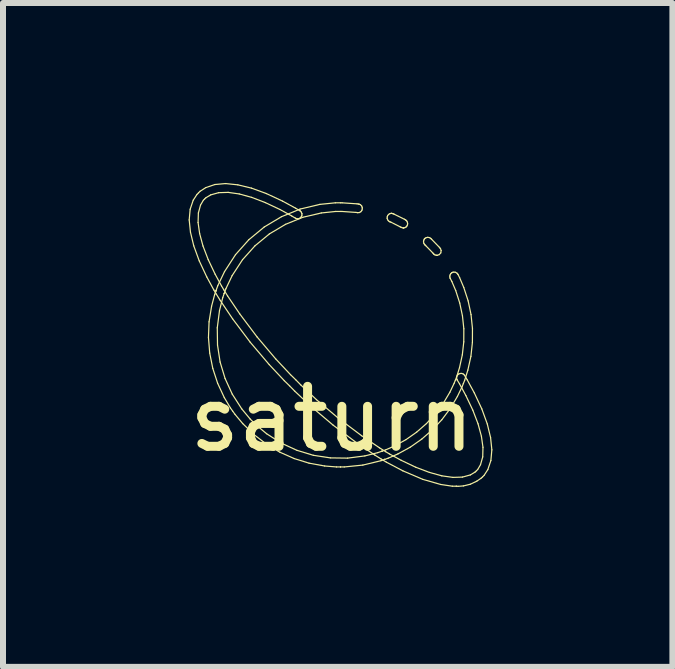
<source format=kicad_pcb>
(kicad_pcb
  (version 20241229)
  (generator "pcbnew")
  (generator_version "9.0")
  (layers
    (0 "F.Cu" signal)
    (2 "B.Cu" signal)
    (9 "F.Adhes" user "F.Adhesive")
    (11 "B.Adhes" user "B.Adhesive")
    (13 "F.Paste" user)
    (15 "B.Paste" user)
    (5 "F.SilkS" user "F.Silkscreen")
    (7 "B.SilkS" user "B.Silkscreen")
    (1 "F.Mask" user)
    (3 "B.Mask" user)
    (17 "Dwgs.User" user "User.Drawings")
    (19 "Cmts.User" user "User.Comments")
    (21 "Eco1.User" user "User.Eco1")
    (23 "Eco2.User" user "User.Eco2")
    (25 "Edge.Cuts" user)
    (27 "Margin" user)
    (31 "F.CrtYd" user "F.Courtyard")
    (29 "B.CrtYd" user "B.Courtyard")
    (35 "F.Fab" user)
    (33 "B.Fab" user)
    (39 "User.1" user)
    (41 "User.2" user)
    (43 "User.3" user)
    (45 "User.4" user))
  (footprint "saturn"
    (layer "F.Cu")
    (at 2.462 2.205)
    (property "Reference" "saturn" (at 0.02 1.73 0) (layer "F.SilkS") (effects (font (size 1 1) (thickness 0.15))))
    (attr through_hole)
    (fp_line (start -2.358 -1.589) (end -2.342 -1.767) (stroke (width 0.02) (type solid)) (layer "F.SilkS"))
    (fp_line (start -2.342 -1.767) (end -2.291 -1.918) (stroke (width 0.02) (type solid)) (layer "F.SilkS"))
    (fp_line (start -2.337 -1.385) (end -2.358 -1.589) (stroke (width 0.02) (type solid)) (layer "F.SilkS"))
    (fp_line (start -2.291 -1.918) (end -2.229 -2.013) (stroke (width 0.02) (type solid)) (layer "F.SilkS"))
    (fp_line (start -2.282 -1.157) (end -2.337 -1.385) (stroke (width 0.02) (type solid)) (layer "F.SilkS"))
    (fp_line (start -2.229 -2.013) (end -2.203 -2.04) (stroke (width 0.02) (type solid)) (layer "F.SilkS"))
    (fp_line (start -2.21 -1.546) (end -2.184 -1.361) (stroke (width 0.02) (type solid)) (layer "F.SilkS"))
    (fp_line (start -2.205 -1.705) (end -2.21 -1.546) (stroke (width 0.02) (type solid)) (layer "F.SilkS"))
    (fp_line (start -2.203 -2.04) (end -2.177 -2.066) (stroke (width 0.02) (type solid)) (layer "F.SilkS"))
    (fp_line (start -2.191 -0.907) (end -2.282 -1.157) (stroke (width 0.02) (type solid)) (layer "F.SilkS"))
    (fp_line (start -2.184 -1.361) (end -2.128 -1.154) (stroke (width 0.02) (type solid)) (layer "F.SilkS"))
    (fp_line (start -2.177 -2.066) (end -2.081 -2.128) (stroke (width 0.02) (type solid)) (layer "F.SilkS"))
    (fp_line (start -2.169 -1.837) (end -2.205 -1.705) (stroke (width 0.02) (type solid)) (layer "F.SilkS"))
    (fp_line (start -2.128 -1.154) (end -2.041 -0.927) (stroke (width 0.02) (type solid)) (layer "F.SilkS"))
    (fp_line (start -2.122 -1.917) (end -2.169 -1.837) (stroke (width 0.02) (type solid)) (layer "F.SilkS"))
    (fp_line (start -2.101 -1.938) (end -2.122 -1.917) (stroke (width 0.02) (type solid)) (layer "F.SilkS"))
    (fp_line (start -2.081 -2.128) (end -1.93 -2.179) (stroke (width 0.02) (type solid)) (layer "F.SilkS"))
    (fp_line (start -2.079 -1.959) (end -2.101 -1.938) (stroke (width 0.02) (type solid)) (layer "F.SilkS"))
    (fp_line (start -2.065 -0.638) (end -2.191 -0.907) (stroke (width 0.02) (type solid)) (layer "F.SilkS"))
    (fp_line (start -2.041 -0.927) (end -1.925 -0.683) (stroke (width 0.02) (type solid)) (layer "F.SilkS"))
    (fp_line (start -2.037 0.371) (end -2.027 0.11) (stroke (width 0.02) (type solid)) (layer "F.SilkS"))
    (fp_line (start -2.027 0.11) (end -1.985 -0.15) (stroke (width 0.02) (type solid)) (layer "F.SilkS"))
    (fp_line (start -2.016 0.631) (end -2.037 0.371) (stroke (width 0.02) (type solid)) (layer "F.SilkS"))
    (fp_line (start -2 -2.006) (end -2.079 -1.959) (stroke (width 0.02) (type solid)) (layer "F.SilkS"))
    (fp_line (start -1.985 -0.15) (end -1.934 -0.343) (stroke (width 0.02) (type solid)) (layer "F.SilkS"))
    (fp_line (start -1.965 0.886) (end -2.016 0.631) (stroke (width 0.02) (type solid)) (layer "F.SilkS"))
    (fp_line (start -1.947 -0.421) (end -2.065 -0.638) (stroke (width 0.02) (type solid)) (layer "F.SilkS"))
    (fp_line (start -1.934 -0.343) (end -1.912 -0.405) (stroke (width 0.02) (type solid)) (layer "F.SilkS"))
    (fp_line (start -1.93 -2.179) (end -1.752 -2.195) (stroke (width 0.02) (type solid)) (layer "F.SilkS"))
    (fp_line (start -1.925 -0.683) (end -1.819 -0.488) (stroke (width 0.02) (type solid)) (layer "F.SilkS"))
    (fp_line (start -1.912 -0.405) (end -1.912 -0.406) (stroke (width 0.02) (type solid)) (layer "F.SilkS"))
    (fp_line (start -1.912 -0.406) (end -1.911 -0.41) (stroke (width 0.02) (type solid)) (layer "F.SilkS"))
    (fp_line (start -1.911 -0.41) (end -1.911 -0.411) (stroke (width 0.02) (type solid)) (layer "F.SilkS"))
    (fp_line (start -1.911 -0.411) (end -1.882 -0.492) (stroke (width 0.02) (type solid)) (layer "F.SilkS"))
    (fp_line (start -1.905 -0.35) (end -1.947 -0.421) (stroke (width 0.02) (type solid)) (layer "F.SilkS"))
    (fp_line (start -1.89 0.21) (end -1.886 0.497) (stroke (width 0.02) (type solid)) (layer "F.SilkS"))
    (fp_line (start -1.886 0.497) (end -1.843 0.78) (stroke (width 0.02) (type solid)) (layer "F.SilkS"))
    (fp_line (start -1.884 1.134) (end -1.965 0.886) (stroke (width 0.02) (type solid)) (layer "F.SilkS"))
    (fp_line (start -1.882 -0.492) (end -1.77 -0.726) (stroke (width 0.02) (type solid)) (layer "F.SilkS"))
    (fp_line (start -1.868 -2.043) (end -2 -2.006) (stroke (width 0.02) (type solid)) (layer "F.SilkS"))
    (fp_line (start -1.853 -0.078) (end -1.89 0.21) (stroke (width 0.02) (type solid)) (layer "F.SilkS"))
    (fp_line (start -1.843 0.78) (end -1.76 1.054) (stroke (width 0.02) (type solid)) (layer "F.SilkS"))
    (fp_line (start -1.84 -0.246) (end -1.905 -0.35) (stroke (width 0.02) (type solid)) (layer "F.SilkS"))
    (fp_line (start -1.819 -0.488) (end -1.781 -0.424) (stroke (width 0.02) (type solid)) (layer "F.SilkS"))
    (fp_line (start -1.799 -0.293) (end -1.853 -0.078) (stroke (width 0.02) (type solid)) (layer "F.SilkS"))
    (fp_line (start -1.781 -0.424) (end -1.718 -0.322) (stroke (width 0.02) (type solid)) (layer "F.SilkS"))
    (fp_line (start -1.775 -0.362) (end -1.799 -0.293) (stroke (width 0.02) (type solid)) (layer "F.SilkS"))
    (fp_line (start -1.775 -0.362) (end -1.775 -0.362) (stroke (width 0.02) (type solid)) (layer "F.SilkS"))
    (fp_line (start -1.773 -0.367) (end -1.775 -0.362) (stroke (width 0.02) (type solid)) (layer "F.SilkS"))
    (fp_line (start -1.773 -0.367) (end -1.773 -0.367) (stroke (width 0.02) (type solid)) (layer "F.SilkS"))
    (fp_line (start -1.773 1.373) (end -1.884 1.134) (stroke (width 0.02) (type solid)) (layer "F.SilkS"))
    (fp_line (start -1.77 -0.726) (end -1.586 -1.01) (stroke (width 0.02) (type solid)) (layer "F.SilkS"))
    (fp_line (start -1.76 1.054) (end -1.64 1.316) (stroke (width 0.02) (type solid)) (layer "F.SilkS"))
    (fp_line (start -1.752 -2.195) (end -1.548 -2.174) (stroke (width 0.02) (type solid)) (layer "F.SilkS"))
    (fp_line (start -1.746 -0.443) (end -1.773 -0.367) (stroke (width 0.02) (type solid)) (layer "F.SilkS"))
    (fp_line (start -1.718 -0.322) (end -1.516 -0.023) (stroke (width 0.02) (type solid)) (layer "F.SilkS"))
    (fp_line (start -1.709 -2.048) (end -1.868 -2.043) (stroke (width 0.02) (type solid)) (layer "F.SilkS"))
    (fp_line (start -1.671 1.545) (end -1.773 1.373) (stroke (width 0.02) (type solid)) (layer "F.SilkS"))
    (fp_line (start -1.642 -0.661) (end -1.746 -0.443) (stroke (width 0.02) (type solid)) (layer "F.SilkS"))
    (fp_line (start -1.64 1.316) (end -1.483 1.56) (stroke (width 0.02) (type solid)) (layer "F.SilkS"))
    (fp_line (start -1.635 0.059) (end -1.84 -0.246) (stroke (width 0.02) (type solid)) (layer "F.SilkS"))
    (fp_line (start -1.633 1.599) (end -1.671 1.545) (stroke (width 0.02) (type solid)) (layer "F.SilkS"))
    (fp_line (start -1.594 1.653) (end -1.633 1.599) (stroke (width 0.02) (type solid)) (layer "F.SilkS"))
    (fp_line (start -1.586 -1.01) (end -1.363 -1.26) (stroke (width 0.02) (type solid)) (layer "F.SilkS"))
    (fp_line (start -1.548 -2.174) (end -1.32 -2.119) (stroke (width 0.02) (type solid)) (layer "F.SilkS"))
    (fp_line (start -1.524 -2.022) (end -1.709 -2.048) (stroke (width 0.02) (type solid)) (layer "F.SilkS"))
    (fp_line (start -1.516 -0.023) (end -1.227 0.361) (stroke (width 0.02) (type solid)) (layer "F.SilkS"))
    (fp_line (start -1.483 1.56) (end -1.342 1.73) (stroke (width 0.02) (type solid)) (layer "F.SilkS"))
    (fp_line (start -1.469 -0.926) (end -1.642 -0.661) (stroke (width 0.02) (type solid)) (layer "F.SilkS"))
    (fp_line (start -1.466 1.806) (end -1.594 1.653) (stroke (width 0.02) (type solid)) (layer "F.SilkS"))
    (fp_line (start -1.363 -1.26) (end -1.106 -1.472) (stroke (width 0.02) (type solid)) (layer "F.SilkS"))
    (fp_line (start -1.342 1.73) (end -1.29 1.782) (stroke (width 0.02) (type solid)) (layer "F.SilkS"))
    (fp_line (start -1.341 0.45) (end -1.635 0.059) (stroke (width 0.02) (type solid)) (layer "F.SilkS"))
    (fp_line (start -1.32 -2.119) (end -1.071 -2.028) (stroke (width 0.02) (type solid)) (layer "F.SilkS"))
    (fp_line (start -1.317 -1.965) (end -1.524 -2.022) (stroke (width 0.02) (type solid)) (layer "F.SilkS"))
    (fp_line (start -1.29 1.782) (end -1.238 1.834) (stroke (width 0.02) (type solid)) (layer "F.SilkS"))
    (fp_line (start -1.278 1.99) (end -1.466 1.806) (stroke (width 0.02) (type solid)) (layer "F.SilkS"))
    (fp_line (start -1.261 -1.158) (end -1.469 -0.926) (stroke (width 0.02) (type solid)) (layer "F.SilkS"))
    (fp_line (start -1.238 1.834) (end -1.068 1.975) (stroke (width 0.02) (type solid)) (layer "F.SilkS"))
    (fp_line (start -1.227 0.361) (end -0.916 0.728) (stroke (width 0.02) (type solid)) (layer "F.SilkS"))
    (fp_line (start -1.106 -1.472) (end -0.819 -1.643) (stroke (width 0.02) (type solid)) (layer "F.SilkS"))
    (fp_line (start -1.09 -1.878) (end -1.317 -1.965) (stroke (width 0.02) (type solid)) (layer "F.SilkS"))
    (fp_line (start -1.071 2.149) (end -1.278 1.99) (stroke (width 0.02) (type solid)) (layer "F.SilkS"))
    (fp_line (start -1.071 -2.028) (end -0.801 -1.902) (stroke (width 0.02) (type solid)) (layer "F.SilkS"))
    (fp_line (start -1.068 1.975) (end -0.824 2.132) (stroke (width 0.02) (type solid)) (layer "F.SilkS"))
    (fp_line (start -1.024 0.823) (end -1.341 0.45) (stroke (width 0.02) (type solid)) (layer "F.SilkS"))
    (fp_line (start -1.021 -1.356) (end -1.261 -1.158) (stroke (width 0.02) (type solid)) (layer "F.SilkS"))
    (fp_line (start -0.916 0.728) (end -0.669 0.991) (stroke (width 0.02) (type solid)) (layer "F.SilkS"))
    (fp_line (start -0.847 2.283) (end -1.071 2.149) (stroke (width 0.02) (type solid)) (layer "F.SilkS"))
    (fp_line (start -0.846 -1.763) (end -1.09 -1.878) (stroke (width 0.02) (type solid)) (layer "F.SilkS"))
    (fp_line (start -0.824 2.132) (end -0.562 2.252) (stroke (width 0.02) (type solid)) (layer "F.SilkS"))
    (fp_line (start -0.819 -1.643) (end -0.509 -1.77) (stroke (width 0.02) (type solid)) (layer "F.SilkS"))
    (fp_line (start -0.801 -1.902) (end -0.584 -1.784) (stroke (width 0.02) (type solid)) (layer "F.SilkS"))
    (fp_line (start -0.773 1.091) (end -1.024 0.823) (stroke (width 0.02) (type solid)) (layer "F.SilkS"))
    (fp_line (start -0.753 -1.515) (end -1.021 -1.356) (stroke (width 0.02) (type solid)) (layer "F.SilkS"))
    (fp_line (start -0.685 1.177) (end -0.773 1.091) (stroke (width 0.02) (type solid)) (layer "F.SilkS"))
    (fp_line (start -0.669 0.991) (end -0.583 1.075) (stroke (width 0.02) (type solid)) (layer "F.SilkS"))
    (fp_line (start -0.651 -1.656) (end -0.846 -1.763) (stroke (width 0.02) (type solid)) (layer "F.SilkS"))
    (fp_line (start -0.609 2.389) (end -0.847 2.283) (stroke (width 0.02) (type solid)) (layer "F.SilkS"))
    (fp_line (start -0.599 1.265) (end -0.685 1.177) (stroke (width 0.02) (type solid)) (layer "F.SilkS"))
    (fp_line (start -0.587 -1.618) (end -0.651 -1.656) (stroke (width 0.02) (type solid)) (layer "F.SilkS"))
    (fp_line (start -0.584 -1.784) (end -0.513 -1.742) (stroke (width 0.02) (type solid)) (layer "F.SilkS"))
    (fp_line (start -0.583 1.075) (end -0.499 1.161) (stroke (width 0.02) (type solid)) (layer "F.SilkS"))
    (fp_line (start -0.58 -1.614) (end -0.587 -1.618) (stroke (width 0.02) (type solid)) (layer "F.SilkS"))
    (fp_line (start -0.562 2.252) (end -0.288 2.335) (stroke (width 0.02) (type solid)) (layer "F.SilkS"))
    (fp_line (start -0.557 -1.608) (end -0.58 -1.614) (stroke (width 0.02) (type solid)) (layer "F.SilkS"))
    (fp_line (start -0.529 -1.61) (end -0.557 -1.608) (stroke (width 0.02) (type solid)) (layer "F.SilkS"))
    (fp_line (start -0.513 -1.742) (end -0.506 -1.738) (stroke (width 0.02) (type solid)) (layer "F.SilkS"))
    (fp_line (start -0.509 -1.77) (end -0.18 -1.848) (stroke (width 0.02) (type solid)) (layer "F.SilkS"))
    (fp_line (start -0.506 -1.738) (end -0.49 -1.72) (stroke (width 0.02) (type solid)) (layer "F.SilkS"))
    (fp_line (start -0.506 -1.623) (end -0.529 -1.61) (stroke (width 0.02) (type solid)) (layer "F.SilkS"))
    (fp_line (start -0.499 1.161) (end -0.236 1.408) (stroke (width 0.02) (type solid)) (layer "F.SilkS"))
    (fp_line (start -0.49 -1.72) (end -0.479 -1.695) (stroke (width 0.02) (type solid)) (layer "F.SilkS"))
    (fp_line (start -0.489 -1.643) (end -0.506 -1.623) (stroke (width 0.02) (type solid)) (layer "F.SilkS"))
    (fp_line (start -0.479 -1.668) (end -0.489 -1.643) (stroke (width 0.02) (type solid)) (layer "F.SilkS"))
    (fp_line (start -0.479 -1.695) (end -0.479 -1.668) (stroke (width 0.02) (type solid)) (layer "F.SilkS"))
    (fp_line (start -0.464 -1.633) (end -0.753 -1.515) (stroke (width 0.02) (type solid)) (layer "F.SilkS"))
    (fp_line (start -0.36 2.466) (end -0.609 2.389) (stroke (width 0.02) (type solid)) (layer "F.SilkS"))
    (fp_line (start -0.332 1.516) (end -0.599 1.265) (stroke (width 0.02) (type solid)) (layer "F.SilkS"))
    (fp_line (start -0.288 2.335) (end -0.005 2.378) (stroke (width 0.02) (type solid)) (layer "F.SilkS"))
    (fp_line (start -0.236 1.408) (end 0.131 1.719) (stroke (width 0.02) (type solid)) (layer "F.SilkS"))
    (fp_line (start -0.18 -1.848) (end 0.078 -1.874) (stroke (width 0.02) (type solid)) (layer "F.SilkS"))
    (fp_line (start -0.156 -1.705) (end -0.464 -1.633) (stroke (width 0.02) (type solid)) (layer "F.SilkS"))
    (fp_line (start -0.101 2.513) (end -0.36 2.466) (stroke (width 0.02) (type solid)) (layer "F.SilkS"))
    (fp_line (start -0.005 2.378) (end 0.282 2.382) (stroke (width 0.02) (type solid)) (layer "F.SilkS"))
    (fp_line (start 0.042 1.833) (end -0.332 1.516) (stroke (width 0.02) (type solid)) (layer "F.SilkS"))
    (fp_line (start 0.078 -1.874) (end 0.164 -1.874) (stroke (width 0.02) (type solid)) (layer "F.SilkS"))
    (fp_line (start 0.084 -1.73) (end -0.156 -1.705) (stroke (width 0.02) (type solid)) (layer "F.SilkS"))
    (fp_line (start 0.098 2.529) (end -0.101 2.513) (stroke (width 0.02) (type solid)) (layer "F.SilkS"))
    (fp_line (start 0.131 1.719) (end 0.515 2.008) (stroke (width 0.02) (type solid)) (layer "F.SilkS"))
    (fp_line (start 0.164 -1.874) (end 0.19 -1.874) (stroke (width 0.02) (type solid)) (layer "F.SilkS"))
    (fp_line (start 0.164 -1.73) (end 0.084 -1.73) (stroke (width 0.02) (type solid)) (layer "F.SilkS"))
    (fp_line (start 0.164 2.529) (end 0.098 2.529) (stroke (width 0.02) (type solid)) (layer "F.SilkS"))
    (fp_line (start 0.164 2.529) (end 0.164 2.529) (stroke (width 0.02) (type solid)) (layer "F.SilkS"))
    (fp_line (start 0.188 -1.73) (end 0.164 -1.73) (stroke (width 0.02) (type solid)) (layer "F.SilkS"))
    (fp_line (start 0.19 -1.874) (end 0.441 -1.857) (stroke (width 0.02) (type solid)) (layer "F.SilkS"))
    (fp_line (start 0.227 2.529) (end 0.164 2.529) (stroke (width 0.02) (type solid)) (layer "F.SilkS"))
    (fp_line (start 0.282 2.382) (end 0.57 2.345) (stroke (width 0.02) (type solid)) (layer "F.SilkS"))
    (fp_line (start 0.422 -1.714) (end 0.188 -1.73) (stroke (width 0.02) (type solid)) (layer "F.SilkS"))
    (fp_line (start 0.433 2.127) (end 0.042 1.833) (stroke (width 0.02) (type solid)) (layer "F.SilkS"))
    (fp_line (start 0.441 -1.857) (end 0.466 -1.853) (stroke (width 0.02) (type solid)) (layer "F.SilkS"))
    (fp_line (start 0.446 -1.711) (end 0.422 -1.714) (stroke (width 0.02) (type solid)) (layer "F.SilkS"))
    (fp_line (start 0.453 -1.71) (end 0.446 -1.711) (stroke (width 0.02) (type solid)) (layer "F.SilkS"))
    (fp_line (start 0.466 -1.853) (end 0.474 -1.852) (stroke (width 0.02) (type solid)) (layer "F.SilkS"))
    (fp_line (start 0.474 -1.852) (end 0.496 -1.843) (stroke (width 0.02) (type solid)) (layer "F.SilkS"))
    (fp_line (start 0.478 -1.712) (end 0.453 -1.71) (stroke (width 0.02) (type solid)) (layer "F.SilkS"))
    (fp_line (start 0.496 -1.843) (end 0.516 -1.823) (stroke (width 0.02) (type solid)) (layer "F.SilkS"))
    (fp_line (start 0.502 -1.725) (end 0.478 -1.712) (stroke (width 0.02) (type solid)) (layer "F.SilkS"))
    (fp_line (start 0.515 2.008) (end 0.814 2.21) (stroke (width 0.02) (type solid)) (layer "F.SilkS"))
    (fp_line (start 0.516 -1.823) (end 0.526 -1.799) (stroke (width 0.02) (type solid)) (layer "F.SilkS"))
    (fp_line (start 0.519 -1.746) (end 0.502 -1.725) (stroke (width 0.02) (type solid)) (layer "F.SilkS"))
    (fp_line (start 0.526 -1.799) (end 0.527 -1.772) (stroke (width 0.02) (type solid)) (layer "F.SilkS"))
    (fp_line (start 0.527 -1.772) (end 0.519 -1.746) (stroke (width 0.02) (type solid)) (layer "F.SilkS"))
    (fp_line (start 0.536 2.498) (end 0.227 2.529) (stroke (width 0.02) (type solid)) (layer "F.SilkS"))
    (fp_line (start 0.57 2.345) (end 0.785 2.291) (stroke (width 0.02) (type solid)) (layer "F.SilkS"))
    (fp_line (start 0.738 2.332) (end 0.433 2.127) (stroke (width 0.02) (type solid)) (layer "F.SilkS"))
    (fp_line (start 0.785 2.291) (end 0.854 2.267) (stroke (width 0.02) (type solid)) (layer "F.SilkS"))
    (fp_line (start 0.814 2.21) (end 0.916 2.274) (stroke (width 0.02) (type solid)) (layer "F.SilkS"))
    (fp_line (start 0.838 2.425) (end 0.536 2.498) (stroke (width 0.02) (type solid)) (layer "F.SilkS"))
    (fp_line (start 0.842 2.397) (end 0.738 2.332) (stroke (width 0.02) (type solid)) (layer "F.SilkS"))
    (fp_line (start 0.854 2.267) (end 0.854 2.267) (stroke (width 0.02) (type solid)) (layer "F.SilkS"))
    (fp_line (start 0.854 2.267) (end 0.859 2.265) (stroke (width 0.02) (type solid)) (layer "F.SilkS"))
    (fp_line (start 0.859 2.265) (end 0.859 2.265) (stroke (width 0.02) (type solid)) (layer "F.SilkS"))
    (fp_line (start 0.859 2.265) (end 0.911 2.247) (stroke (width 0.02) (type solid)) (layer "F.SilkS"))
    (fp_line (start 0.897 2.404) (end 0.838 2.425) (stroke (width 0.02) (type solid)) (layer "F.SilkS"))
    (fp_line (start 0.898 2.404) (end 0.897 2.404) (stroke (width 0.02) (type solid)) (layer "F.SilkS"))
    (fp_line (start 0.902 2.403) (end 0.898 2.404) (stroke (width 0.02) (type solid)) (layer "F.SilkS"))
    (fp_line (start 0.903 2.403) (end 0.902 2.403) (stroke (width 0.02) (type solid)) (layer "F.SilkS"))
    (fp_line (start 0.911 2.247) (end 1.063 2.18) (stroke (width 0.02) (type solid)) (layer "F.SilkS"))
    (fp_line (start 0.916 2.274) (end 0.98 2.312) (stroke (width 0.02) (type solid)) (layer "F.SilkS"))
    (fp_line (start 0.93 2.45) (end 0.842 2.397) (stroke (width 0.02) (type solid)) (layer "F.SilkS"))
    (fp_line (start 0.942 -1.615) (end 0.943 -1.639) (stroke (width 0.02) (type solid)) (layer "F.SilkS"))
    (fp_line (start 0.943 -1.639) (end 0.95 -1.661) (stroke (width 0.02) (type solid)) (layer "F.SilkS"))
    (fp_line (start 0.949 -1.592) (end 0.942 -1.615) (stroke (width 0.02) (type solid)) (layer "F.SilkS"))
    (fp_line (start 0.95 -1.661) (end 0.965 -1.68) (stroke (width 0.02) (type solid)) (layer "F.SilkS"))
    (fp_line (start 0.959 2.383) (end 0.903 2.403) (stroke (width 0.02) (type solid)) (layer "F.SilkS"))
    (fp_line (start 0.964 -1.573) (end 0.949 -1.592) (stroke (width 0.02) (type solid)) (layer "F.SilkS"))
    (fp_line (start 0.965 -1.68) (end 0.986 -1.693) (stroke (width 0.02) (type solid)) (layer "F.SilkS"))
    (fp_line (start 0.98 2.312) (end 1.175 2.418) (stroke (width 0.02) (type solid)) (layer "F.SilkS"))
    (fp_line (start 0.981 -1.561) (end 0.964 -1.573) (stroke (width 0.02) (type solid)) (layer "F.SilkS"))
    (fp_line (start 0.986 -1.693) (end 1.006 -1.698) (stroke (width 0.02) (type solid)) (layer "F.SilkS"))
    (fp_line (start 0.987 -1.558) (end 0.981 -1.561) (stroke (width 0.02) (type solid)) (layer "F.SilkS"))
    (fp_line (start 1.003 -1.552) (end 0.987 -1.558) (stroke (width 0.02) (type solid)) (layer "F.SilkS"))
    (fp_line (start 1.006 -1.698) (end 1.013 -1.698) (stroke (width 0.02) (type solid)) (layer "F.SilkS"))
    (fp_line (start 1.013 -1.698) (end 1.013 -1.698) (stroke (width 0.02) (type solid)) (layer "F.SilkS"))
    (fp_line (start 1.013 -1.698) (end 1.02 -1.698) (stroke (width 0.02) (type solid)) (layer "F.SilkS"))
    (fp_line (start 1.02 -1.698) (end 1.039 -1.693) (stroke (width 0.02) (type solid)) (layer "F.SilkS"))
    (fp_line (start 1.039 -1.693) (end 1.042 -1.692) (stroke (width 0.02) (type solid)) (layer "F.SilkS"))
    (fp_line (start 1.042 -1.692) (end 1.059 -1.684) (stroke (width 0.02) (type solid)) (layer "F.SilkS"))
    (fp_line (start 1.059 -1.684) (end 1.23 -1.6) (stroke (width 0.02) (type solid)) (layer "F.SilkS"))
    (fp_line (start 1.063 2.18) (end 1.255 2.074) (stroke (width 0.02) (type solid)) (layer "F.SilkS"))
    (fp_line (start 1.121 2.312) (end 0.959 2.383) (stroke (width 0.02) (type solid)) (layer "F.SilkS"))
    (fp_line (start 1.16 -1.473) (end 1.003 -1.552) (stroke (width 0.02) (type solid)) (layer "F.SilkS"))
    (fp_line (start 1.175 2.418) (end 1.419 2.534) (stroke (width 0.02) (type solid)) (layer "F.SilkS"))
    (fp_line (start 1.176 -1.465) (end 1.16 -1.473) (stroke (width 0.02) (type solid)) (layer "F.SilkS"))
    (fp_line (start 1.178 -1.463) (end 1.176 -1.465) (stroke (width 0.02) (type solid)) (layer "F.SilkS"))
    (fp_line (start 1.204 2.594) (end 0.93 2.45) (stroke (width 0.02) (type solid)) (layer "F.SilkS"))
    (fp_line (start 1.208 -1.456) (end 1.178 -1.463) (stroke (width 0.02) (type solid)) (layer "F.SilkS"))
    (fp_line (start 1.211 -1.455) (end 1.208 -1.456) (stroke (width 0.02) (type solid)) (layer "F.SilkS"))
    (fp_line (start 1.211 -1.455) (end 1.211 -1.455) (stroke (width 0.02) (type solid)) (layer "F.SilkS"))
    (fp_line (start 1.217 -1.455) (end 1.211 -1.455) (stroke (width 0.02) (type solid)) (layer "F.SilkS"))
    (fp_line (start 1.23 -1.6) (end 1.246 -1.59) (stroke (width 0.02) (type solid)) (layer "F.SilkS"))
    (fp_line (start 1.236 -1.46) (end 1.217 -1.455) (stroke (width 0.02) (type solid)) (layer "F.SilkS"))
    (fp_line (start 1.246 -1.59) (end 1.252 -1.587) (stroke (width 0.02) (type solid)) (layer "F.SilkS"))
    (fp_line (start 1.252 -1.587) (end 1.266 -1.574) (stroke (width 0.02) (type solid)) (layer "F.SilkS"))
    (fp_line (start 1.255 2.074) (end 1.433 1.949) (stroke (width 0.02) (type solid)) (layer "F.SilkS"))
    (fp_line (start 1.257 -1.471) (end 1.236 -1.46) (stroke (width 0.02) (type solid)) (layer "F.SilkS"))
    (fp_line (start 1.266 -1.574) (end 1.278 -1.554) (stroke (width 0.02) (type solid)) (layer "F.SilkS"))
    (fp_line (start 1.272 -1.489) (end 1.257 -1.471) (stroke (width 0.02) (type solid)) (layer "F.SilkS"))
    (fp_line (start 1.278 -1.554) (end 1.283 -1.532) (stroke (width 0.02) (type solid)) (layer "F.SilkS"))
    (fp_line (start 1.281 -1.509) (end 1.272 -1.489) (stroke (width 0.02) (type solid)) (layer "F.SilkS"))
    (fp_line (start 1.283 -1.532) (end 1.281 -1.509) (stroke (width 0.02) (type solid)) (layer "F.SilkS"))
    (fp_line (start 1.327 2.199) (end 1.121 2.312) (stroke (width 0.02) (type solid)) (layer "F.SilkS"))
    (fp_line (start 1.419 2.534) (end 1.646 2.62) (stroke (width 0.02) (type solid)) (layer "F.SilkS"))
    (fp_line (start 1.433 1.949) (end 1.597 1.806) (stroke (width 0.02) (type solid)) (layer "F.SilkS"))
    (fp_line (start 1.518 2.065) (end 1.327 2.199) (stroke (width 0.02) (type solid)) (layer "F.SilkS"))
    (fp_line (start 1.536 2.736) (end 1.204 2.594) (stroke (width 0.02) (type solid)) (layer "F.SilkS"))
    (fp_line (start 1.548 -1.223) (end 1.552 -1.251) (stroke (width 0.02) (type solid)) (layer "F.SilkS"))
    (fp_line (start 1.552 -1.251) (end 1.562 -1.27) (stroke (width 0.02) (type solid)) (layer "F.SilkS"))
    (fp_line (start 1.555 -1.195) (end 1.548 -1.223) (stroke (width 0.02) (type solid)) (layer "F.SilkS"))
    (fp_line (start 1.562 -1.27) (end 1.567 -1.276) (stroke (width 0.02) (type solid)) (layer "F.SilkS"))
    (fp_line (start 1.567 -1.276) (end 1.572 -1.281) (stroke (width 0.02) (type solid)) (layer "F.SilkS"))
    (fp_line (start 1.567 -1.177) (end 1.555 -1.195) (stroke (width 0.02) (type solid)) (layer "F.SilkS"))
    (fp_line (start 1.572 -1.281) (end 1.591 -1.293) (stroke (width 0.02) (type solid)) (layer "F.SilkS"))
    (fp_line (start 1.573 -1.172) (end 1.567 -1.177) (stroke (width 0.02) (type solid)) (layer "F.SilkS"))
    (fp_line (start 1.585 -1.16) (end 1.573 -1.172) (stroke (width 0.02) (type solid)) (layer "F.SilkS"))
    (fp_line (start 1.591 -1.293) (end 1.619 -1.299) (stroke (width 0.02) (type solid)) (layer "F.SilkS"))
    (fp_line (start 1.597 1.806) (end 1.744 1.647) (stroke (width 0.02) (type solid)) (layer "F.SilkS"))
    (fp_line (start 1.619 -1.299) (end 1.646 -1.294) (stroke (width 0.02) (type solid)) (layer "F.SilkS"))
    (fp_line (start 1.646 -1.294) (end 1.666 -1.283) (stroke (width 0.02) (type solid)) (layer "F.SilkS"))
    (fp_line (start 1.646 2.62) (end 1.853 2.677) (stroke (width 0.02) (type solid)) (layer "F.SilkS"))
    (fp_line (start 1.666 -1.283) (end 1.671 -1.278) (stroke (width 0.02) (type solid)) (layer "F.SilkS"))
    (fp_line (start 1.671 -1.278) (end 1.684 -1.265) (stroke (width 0.02) (type solid)) (layer "F.SilkS"))
    (fp_line (start 1.684 -1.265) (end 1.813 -1.132) (stroke (width 0.02) (type solid)) (layer "F.SilkS"))
    (fp_line (start 1.694 1.912) (end 1.518 2.065) (stroke (width 0.02) (type solid)) (layer "F.SilkS"))
    (fp_line (start 1.704 -1.037) (end 1.585 -1.16) (stroke (width 0.02) (type solid)) (layer "F.SilkS"))
    (fp_line (start 1.715 -1.024) (end 1.704 -1.037) (stroke (width 0.02) (type solid)) (layer "F.SilkS"))
    (fp_line (start 1.719 -1.02) (end 1.715 -1.024) (stroke (width 0.02) (type solid)) (layer "F.SilkS"))
    (fp_line (start 1.74 -1.005) (end 1.719 -1.02) (stroke (width 0.02) (type solid)) (layer "F.SilkS"))
    (fp_line (start 1.744 1.647) (end 1.875 1.472) (stroke (width 0.02) (type solid)) (layer "F.SilkS"))
    (fp_line (start 1.763 -0.999) (end 1.74 -1.005) (stroke (width 0.02) (type solid)) (layer "F.SilkS"))
    (fp_line (start 1.77 -0.999) (end 1.763 -0.999) (stroke (width 0.02) (type solid)) (layer "F.SilkS"))
    (fp_line (start 1.77 -0.999) (end 1.77 -0.999) (stroke (width 0.02) (type solid)) (layer "F.SilkS"))
    (fp_line (start 1.78 -0.999) (end 1.77 -0.999) (stroke (width 0.02) (type solid)) (layer "F.SilkS"))
    (fp_line (start 1.81 -1.011) (end 1.78 -0.999) (stroke (width 0.02) (type solid)) (layer "F.SilkS"))
    (fp_line (start 1.813 -1.132) (end 1.825 -1.117) (stroke (width 0.02) (type solid)) (layer "F.SilkS"))
    (fp_line (start 1.825 -1.117) (end 1.831 -1.11) (stroke (width 0.02) (type solid)) (layer "F.SilkS"))
    (fp_line (start 1.831 -1.11) (end 1.842 -1.079) (stroke (width 0.02) (type solid)) (layer "F.SilkS"))
    (fp_line (start 1.834 2.821) (end 1.536 2.736) (stroke (width 0.02) (type solid)) (layer "F.SilkS"))
    (fp_line (start 1.836 -1.04) (end 1.81 -1.011) (stroke (width 0.02) (type solid)) (layer "F.SilkS"))
    (fp_line (start 1.842 -1.079) (end 1.836 -1.04) (stroke (width 0.02) (type solid)) (layer "F.SilkS"))
    (fp_line (start 1.853 1.742) (end 1.694 1.912) (stroke (width 0.02) (type solid)) (layer "F.SilkS"))
    (fp_line (start 1.853 2.677) (end 2.038 2.703) (stroke (width 0.02) (type solid)) (layer "F.SilkS"))
    (fp_line (start 1.875 1.472) (end 1.987 1.284) (stroke (width 0.02) (type solid)) (layer "F.SilkS"))
    (fp_line (start 1.986 -0.64) (end 1.989 -0.668) (stroke (width 0.02) (type solid)) (layer "F.SilkS"))
    (fp_line (start 1.987 1.284) (end 2.058 1.135) (stroke (width 0.02) (type solid)) (layer "F.SilkS"))
    (fp_line (start 1.989 -0.668) (end 2.002 -0.693) (stroke (width 0.02) (type solid)) (layer "F.SilkS"))
    (fp_line (start 1.991 -0.619) (end 1.986 -0.64) (stroke (width 0.02) (type solid)) (layer "F.SilkS"))
    (fp_line (start 1.993 1.556) (end 1.853 1.742) (stroke (width 0.02) (type solid)) (layer "F.SilkS"))
    (fp_line (start 1.995 -0.612) (end 1.991 -0.619) (stroke (width 0.02) (type solid)) (layer "F.SilkS"))
    (fp_line (start 2.002 -0.693) (end 2.018 -0.708) (stroke (width 0.02) (type solid)) (layer "F.SilkS"))
    (fp_line (start 2.018 -0.708) (end 2.024 -0.711) (stroke (width 0.02) (type solid)) (layer "F.SilkS"))
    (fp_line (start 2.02 -0.563) (end 1.995 -0.612) (stroke (width 0.02) (type solid)) (layer "F.SilkS"))
    (fp_line (start 2.024 -0.711) (end 2.031 -0.715) (stroke (width 0.02) (type solid)) (layer "F.SilkS"))
    (fp_line (start 2.029 2.85) (end 1.834 2.821) (stroke (width 0.02) (type solid)) (layer "F.SilkS"))
    (fp_line (start 2.031 -0.715) (end 2.053 -0.719) (stroke (width 0.02) (type solid)) (layer "F.SilkS"))
    (fp_line (start 2.038 2.703) (end 2.197 2.698) (stroke (width 0.02) (type solid)) (layer "F.SilkS"))
    (fp_line (start 2.053 -0.719) (end 2.08 -0.716) (stroke (width 0.02) (type solid)) (layer "F.SilkS"))
    (fp_line (start 2.058 1.135) (end 2.079 1.083) (stroke (width 0.02) (type solid)) (layer "F.SilkS"))
    (fp_line (start 2.079 1.083) (end 2.099 1.032) (stroke (width 0.02) (type solid)) (layer "F.SilkS"))
    (fp_line (start 2.08 -0.716) (end 2.105 -0.702) (stroke (width 0.02) (type solid)) (layer "F.SilkS"))
    (fp_line (start 2.085 -0.411) (end 2.02 -0.563) (stroke (width 0.02) (type solid)) (layer "F.SilkS"))
    (fp_line (start 2.094 2.85) (end 2.029 2.85) (stroke (width 0.02) (type solid)) (layer "F.SilkS"))
    (fp_line (start 2.094 2.85) (end 2.094 2.85) (stroke (width 0.02) (type solid)) (layer "F.SilkS"))
    (fp_line (start 2.099 1.032) (end 2.148 0.874) (stroke (width 0.02) (type solid)) (layer "F.SilkS"))
    (fp_line (start 2.099 1.049) (end 2.101 1.022) (stroke (width 0.02) (type solid)) (layer "F.SilkS"))
    (fp_line (start 2.101 1.022) (end 2.114 0.998) (stroke (width 0.02) (type solid)) (layer "F.SilkS"))
    (fp_line (start 2.105 -0.702) (end 2.119 -0.685) (stroke (width 0.02) (type solid)) (layer "F.SilkS"))
    (fp_line (start 2.106 1.073) (end 2.099 1.049) (stroke (width 0.02) (type solid)) (layer "F.SilkS"))
    (fp_line (start 2.11 1.08) (end 2.106 1.073) (stroke (width 0.02) (type solid)) (layer "F.SilkS"))
    (fp_line (start 2.113 1.354) (end 1.993 1.556) (stroke (width 0.02) (type solid)) (layer "F.SilkS"))
    (fp_line (start 2.114 0.998) (end 2.134 0.98) (stroke (width 0.02) (type solid)) (layer "F.SilkS"))
    (fp_line (start 2.119 -0.685) (end 2.123 -0.679) (stroke (width 0.02) (type solid)) (layer "F.SilkS"))
    (fp_line (start 2.123 -0.679) (end 2.15 -0.626) (stroke (width 0.02) (type solid)) (layer "F.SilkS"))
    (fp_line (start 2.124 2.852) (end 2.094 2.85) (stroke (width 0.02) (type solid)) (layer "F.SilkS"))
    (fp_line (start 2.134 0.98) (end 2.16 0.971) (stroke (width 0.02) (type solid)) (layer "F.SilkS"))
    (fp_line (start 2.148 1.143) (end 2.11 1.08) (stroke (width 0.02) (type solid)) (layer "F.SilkS"))
    (fp_line (start 2.148 0.874) (end 2.195 0.66) (stroke (width 0.02) (type solid)) (layer "F.SilkS"))
    (fp_line (start 2.15 -0.626) (end 2.219 -0.463) (stroke (width 0.02) (type solid)) (layer "F.SilkS"))
    (fp_line (start 2.152 -0.203) (end 2.085 -0.411) (stroke (width 0.02) (type solid)) (layer "F.SilkS"))
    (fp_line (start 2.16 0.971) (end 2.186 0.97) (stroke (width 0.02) (type solid)) (layer "F.SilkS"))
    (fp_line (start 2.186 0.97) (end 2.212 0.981) (stroke (width 0.02) (type solid)) (layer "F.SilkS"))
    (fp_line (start 2.19 1.194) (end 2.113 1.354) (stroke (width 0.02) (type solid)) (layer "F.SilkS"))
    (fp_line (start 2.195 0.66) (end 2.219 0.444) (stroke (width 0.02) (type solid)) (layer "F.SilkS"))
    (fp_line (start 2.197 2.698) (end 2.329 2.662) (stroke (width 0.02) (type solid)) (layer "F.SilkS"))
    (fp_line (start 2.197 0.01) (end 2.152 -0.203) (stroke (width 0.02) (type solid)) (layer "F.SilkS"))
    (fp_line (start 2.212 0.981) (end 2.23 0.998) (stroke (width 0.02) (type solid)) (layer "F.SilkS"))
    (fp_line (start 2.212 1.139) (end 2.19 1.194) (stroke (width 0.02) (type solid)) (layer "F.SilkS"))
    (fp_line (start 2.214 2.845) (end 2.124 2.852) (stroke (width 0.02) (type solid)) (layer "F.SilkS"))
    (fp_line (start 2.219 0.444) (end 2.22 0.226) (stroke (width 0.02) (type solid)) (layer "F.SilkS"))
    (fp_line (start 2.219 -0.463) (end 2.292 -0.239) (stroke (width 0.02) (type solid)) (layer "F.SilkS"))
    (fp_line (start 2.22 0.226) (end 2.197 0.01) (stroke (width 0.02) (type solid)) (layer "F.SilkS"))
    (fp_line (start 2.23 0.998) (end 2.234 1.005) (stroke (width 0.02) (type solid)) (layer "F.SilkS"))
    (fp_line (start 2.234 1.005) (end 2.276 1.076) (stroke (width 0.02) (type solid)) (layer "F.SilkS"))
    (fp_line (start 2.234 1.084) (end 2.212 1.139) (stroke (width 0.02) (type solid)) (layer "F.SilkS"))
    (fp_line (start 2.254 1.339) (end 2.148 1.143) (stroke (width 0.02) (type solid)) (layer "F.SilkS"))
    (fp_line (start 2.276 1.076) (end 2.394 1.293) (stroke (width 0.02) (type solid)) (layer "F.SilkS"))
    (fp_line (start 2.287 0.915) (end 2.234 1.084) (stroke (width 0.02) (type solid)) (layer "F.SilkS"))
    (fp_line (start 2.292 -0.239) (end 2.34 -0.011) (stroke (width 0.02) (type solid)) (layer "F.SilkS"))
    (fp_line (start 2.329 2.817) (end 2.214 2.845) (stroke (width 0.02) (type solid)) (layer "F.SilkS"))
    (fp_line (start 2.329 2.662) (end 2.408 2.614) (stroke (width 0.02) (type solid)) (layer "F.SilkS"))
    (fp_line (start 2.338 0.685) (end 2.287 0.915) (stroke (width 0.02) (type solid)) (layer "F.SilkS"))
    (fp_line (start 2.34 -0.011) (end 2.364 0.221) (stroke (width 0.02) (type solid)) (layer "F.SilkS"))
    (fp_line (start 2.363 0.453) (end 2.338 0.685) (stroke (width 0.02) (type solid)) (layer "F.SilkS"))
    (fp_line (start 2.364 0.221) (end 2.363 0.453) (stroke (width 0.02) (type solid)) (layer "F.SilkS"))
    (fp_line (start 2.37 1.583) (end 2.254 1.339) (stroke (width 0.02) (type solid)) (layer "F.SilkS"))
    (fp_line (start 2.394 1.293) (end 2.52 1.562) (stroke (width 0.02) (type solid)) (layer "F.SilkS"))
    (fp_line (start 2.408 2.614) (end 2.43 2.593) (stroke (width 0.02) (type solid)) (layer "F.SilkS"))
    (fp_line (start 2.43 2.593) (end 2.451 2.572) (stroke (width 0.02) (type solid)) (layer "F.SilkS"))
    (fp_line (start 2.436 2.766) (end 2.329 2.817) (stroke (width 0.02) (type solid)) (layer "F.SilkS"))
    (fp_line (start 2.451 2.572) (end 2.498 2.492) (stroke (width 0.02) (type solid)) (layer "F.SilkS"))
    (fp_line (start 2.457 1.81) (end 2.37 1.583) (stroke (width 0.02) (type solid)) (layer "F.SilkS"))
    (fp_line (start 2.498 2.492) (end 2.535 2.361) (stroke (width 0.02) (type solid)) (layer "F.SilkS"))
    (fp_line (start 2.51 2.715) (end 2.436 2.766) (stroke (width 0.02) (type solid)) (layer "F.SilkS"))
    (fp_line (start 2.513 2.017) (end 2.457 1.81) (stroke (width 0.02) (type solid)) (layer "F.SilkS"))
    (fp_line (start 2.52 1.562) (end 2.611 1.812) (stroke (width 0.02) (type solid)) (layer "F.SilkS"))
    (fp_line (start 2.532 2.695) (end 2.51 2.715) (stroke (width 0.02) (type solid)) (layer "F.SilkS"))
    (fp_line (start 2.535 2.361) (end 2.539 2.201) (stroke (width 0.02) (type solid)) (layer "F.SilkS"))
    (fp_line (start 2.539 2.201) (end 2.513 2.017) (stroke (width 0.02) (type solid)) (layer "F.SilkS"))
    (fp_line (start 2.558 2.669) (end 2.532 2.695) (stroke (width 0.02) (type solid)) (layer "F.SilkS"))
    (fp_line (start 2.611 1.812) (end 2.666 2.04) (stroke (width 0.02) (type solid)) (layer "F.SilkS"))
    (fp_line (start 2.62 2.573) (end 2.558 2.669) (stroke (width 0.02) (type solid)) (layer "F.SilkS"))
    (fp_line (start 2.666 2.04) (end 2.687 2.244) (stroke (width 0.02) (type solid)) (layer "F.SilkS"))
    (fp_line (start 2.671 2.422) (end 2.62 2.573) (stroke (width 0.02) (type solid)) (layer "F.SilkS"))
    (fp_line (start 2.687 2.244) (end 2.671 2.422) (stroke (width 0.02) (type solid)) (layer "F.SilkS")))
  (gr_rect
    (start -3 -3)
    (end 8.159 8.067)
    (stroke (width 0.1) (type default))
    (fill no)
    (layer "Edge.Cuts")))
</source>
